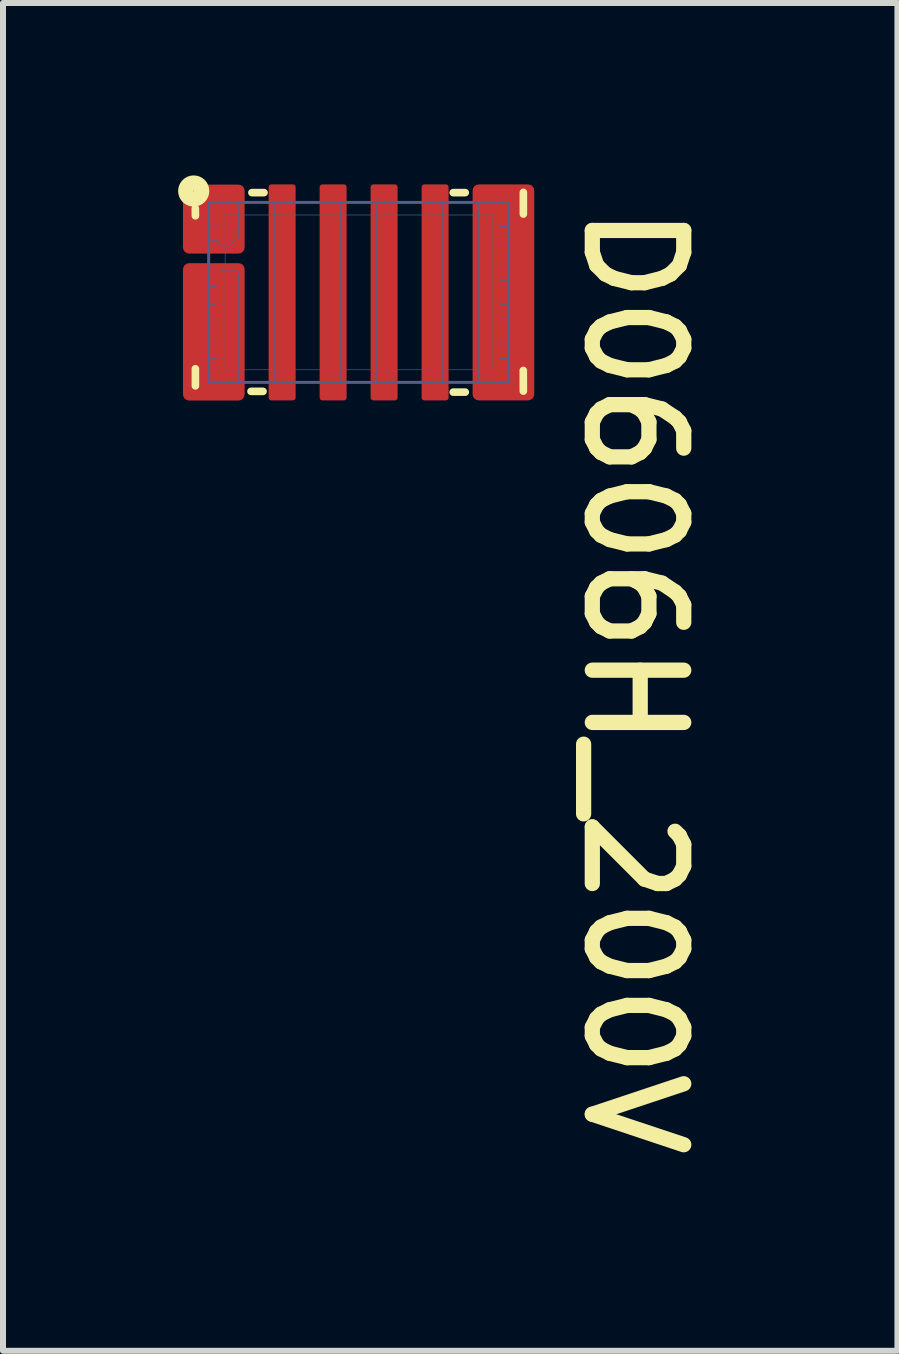
<source format=kicad_pcb>
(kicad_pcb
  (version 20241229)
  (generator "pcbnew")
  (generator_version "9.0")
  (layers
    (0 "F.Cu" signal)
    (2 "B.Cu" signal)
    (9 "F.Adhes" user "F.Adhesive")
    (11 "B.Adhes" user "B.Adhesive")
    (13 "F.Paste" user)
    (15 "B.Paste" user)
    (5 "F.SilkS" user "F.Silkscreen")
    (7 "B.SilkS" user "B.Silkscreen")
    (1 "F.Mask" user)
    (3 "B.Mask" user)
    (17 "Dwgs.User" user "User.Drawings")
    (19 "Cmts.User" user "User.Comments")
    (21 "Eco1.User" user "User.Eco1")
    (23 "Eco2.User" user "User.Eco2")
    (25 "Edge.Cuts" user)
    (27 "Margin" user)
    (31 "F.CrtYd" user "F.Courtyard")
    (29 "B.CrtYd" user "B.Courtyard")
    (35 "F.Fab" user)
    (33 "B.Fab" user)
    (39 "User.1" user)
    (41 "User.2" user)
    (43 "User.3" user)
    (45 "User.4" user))
  (footprint "D0606H_200V"
    (layer "F.Cu")
    (at 2.928 1.824)
    (property "Reference" "D0606H_200V" (at 3.696 -1.562 270) (unlocked yes) (layer "F.SilkS") (effects (font (size 1.524 1.524) (thickness 0.254)) (justify left bottom)))
    (attr smd)
    (fp_poly (pts (xy -2.657 -0.844) (xy -2.019 -0.844) (xy -2.019 -1.106) (xy -2.657 -1.106)) (stroke (width 0.087) (type solid)) (fill yes) (layer "F.Mask"))
    (fp_poly (pts (xy -2.657 -0.094) (xy -2.019 -0.094) (xy -2.019 -0.356) (xy -2.657 -0.356)) (stroke (width 0.087) (type solid)) (fill yes) (layer "F.Mask"))
    (fp_poly (pts (xy -2.657 0.456) (xy -2.019 0.456) (xy -2.019 0.194) (xy -2.657 0.194)) (stroke (width 0.087) (type solid)) (fill yes) (layer "F.Mask"))
    (fp_poly (pts (xy -2.657 1.106) (xy -2.019 1.106) (xy -2.019 0.844) (xy -2.657 0.844)) (stroke (width 0.087) (type solid)) (fill yes) (layer "F.Mask"))
    (fp_poly (pts (xy -2.025 -0.764) (xy -2.025 -1.649) (xy -2.325 -1.649) (xy -2.325 -0.764)) (stroke (width 0.1) (type solid)) (fill yes) (layer "F.Mask"))
    (fp_poly (pts (xy -2.025 1.65) (xy -2.025 -0.325) (xy -2.325 -0.325) (xy -2.325 1.65)) (stroke (width 0.1) (type solid)) (fill yes) (layer "F.Mask"))
    (fp_poly (pts (xy -1.163 1.663) (xy -1.163 -1.663) (xy -1.387 -1.663) (xy -1.387 1.663)) (stroke (width 0.075) (type solid)) (fill yes) (layer "F.Mask"))
    (fp_poly (pts (xy -0.312 1.663) (xy -0.312 -1.663) (xy -0.537 -1.663) (xy -0.537 1.663)) (stroke (width 0.075) (type solid)) (fill yes) (layer "F.Mask"))
    (fp_poly (pts (xy 0.537 1.663) (xy 0.537 -1.663) (xy 0.312 -1.663) (xy 0.312 1.663)) (stroke (width 0.075) (type solid)) (fill yes) (layer "F.Mask"))
    (fp_poly (pts (xy 1.387 1.663) (xy 1.387 -1.663) (xy 1.163 -1.663) (xy 1.163 1.663)) (stroke (width 0.075) (type solid)) (fill yes) (layer "F.Mask"))
    (fp_poly (pts (xy 2.325 1.65) (xy 2.325 -1.65) (xy 2.026 -1.65) (xy 2.026 1.65)) (stroke (width 0.1) (type solid)) (fill yes) (layer "F.Mask"))
    (fp_poly (pts (xy 2.654 -1.114) (xy 2.022 -1.114) (xy 2.022 -0.836) (xy 2.654 -0.836)) (stroke (width 0.092) (type solid)) (fill yes) (layer "F.Mask"))
    (fp_poly (pts (xy 2.654 -0.464) (xy 2.022 -0.464) (xy 2.022 -0.186) (xy 2.654 -0.186)) (stroke (width 0.092) (type solid)) (fill yes) (layer "F.Mask"))
    (fp_poly (pts (xy 2.654 0.186) (xy 2.022 0.186) (xy 2.022 0.464) (xy 2.654 0.464)) (stroke (width 0.092) (type solid)) (fill yes) (layer "F.Mask"))
    (fp_poly (pts (xy 2.654 0.836) (xy 2.022 0.836) (xy 2.022 1.114) (xy 2.654 1.114)) (stroke (width 0.092) (type solid)) (fill yes) (layer "F.Mask"))
    (fp_line (start -2.722 -1.399) (end -2.721 -1.277) (stroke (width 0.127) (type solid)) (layer "F.SilkS"))
    (fp_line (start -2.721 1.273) (end -2.721 1.558) (stroke (width 0.127) (type solid)) (layer "F.SilkS"))
    (fp_line (start -1.794 1.65) (end -1.593 1.65) (stroke (width 0.127) (type solid)) (layer "F.SilkS"))
    (fp_line (start -1.779 -1.663) (end -1.577 -1.663) (stroke (width 0.127) (type solid)) (layer "F.SilkS"))
    (fp_line (start 1.577 -1.663) (end 1.778 -1.663) (stroke (width 0.127) (type solid)) (layer "F.SilkS"))
    (fp_line (start 1.577 1.663) (end 1.778 1.663) (stroke (width 0.127) (type solid)) (layer "F.SilkS"))
    (fp_line (start 2.745 1.302) (end 2.746 1.646) (stroke (width 0.127) (type solid)) (layer "F.SilkS"))
    (fp_line (start 2.746 -1.667) (end 2.746 -1.306) (stroke (width 0.127) (type solid)) (layer "F.SilkS"))
    (fp_circle (center -2.749 -1.69) (end -2.743 -1.69) (stroke (width 0.254) (type solid)) (fill no) (layer "F.SilkS"))
    (fp_poly (pts (xy -2.691 -1.091) (xy -2.691 -0.859) (xy -2.553 -0.859) (xy -2.553 -1.091)) (stroke (width 0.138) (type solid)) (fill yes) (layer "F.Paste"))
    (fp_poly (pts (xy -2.691 -0.342) (xy -2.691 -0.109) (xy -2.553 -0.109) (xy -2.553 -0.342)) (stroke (width 0.138) (type solid)) (fill yes) (layer "F.Paste"))
    (fp_poly (pts (xy -2.691 0.208) (xy -2.691 0.441) (xy -2.553 0.441) (xy -2.553 0.208)) (stroke (width 0.138) (type solid)) (fill yes) (layer "F.Paste"))
    (fp_poly (pts (xy -2.691 0.858) (xy -2.691 1.091) (xy -2.553 1.091) (xy -2.553 0.858)) (stroke (width 0.138) (type solid)) (fill yes) (layer "F.Paste"))
    (fp_poly (pts (xy -2.223 -1.617) (xy -2.223 -0.807) (xy -2.058 -0.807) (xy -2.058 -1.617)) (stroke (width 0.165) (type solid)) (fill yes) (layer "F.Paste"))
    (fp_poly (pts (xy -2.223 -0.318) (xy -2.223 0.417) (xy -2.058 0.417) (xy -2.058 -0.318)) (stroke (width 0.165) (type solid)) (fill yes) (layer "F.Paste"))
    (fp_poly (pts (xy -2.223 0.782) (xy -2.223 1.617) (xy -2.058 1.617) (xy -2.058 0.782)) (stroke (width 0.165) (type solid)) (fill yes) (layer "F.Paste"))
    (fp_poly (pts (xy -1.225 -0.25) (xy -1.225 -1.65) (xy -1.325 -1.65) (xy -1.325 -0.25)) (stroke (width 0.1) (type solid)) (fill yes) (layer "F.Paste"))
    (fp_poly (pts (xy -1.225 1.65) (xy -1.225 0.25) (xy -1.325 0.25) (xy -1.325 1.65)) (stroke (width 0.1) (type solid)) (fill yes) (layer "F.Paste"))
    (fp_poly (pts (xy -0.375 -0.25) (xy -0.375 -1.65) (xy -0.475 -1.65) (xy -0.475 -0.25)) (stroke (width 0.1) (type solid)) (fill yes) (layer "F.Paste"))
    (fp_poly (pts (xy -0.375 1.65) (xy -0.375 0.25) (xy -0.475 0.25) (xy -0.475 1.65)) (stroke (width 0.1) (type solid)) (fill yes) (layer "F.Paste"))
    (fp_poly (pts (xy 0.475 -0.25) (xy 0.475 -1.65) (xy 0.375 -1.65) (xy 0.375 -0.25)) (stroke (width 0.1) (type solid)) (fill yes) (layer "F.Paste"))
    (fp_poly (pts (xy 0.475 1.65) (xy 0.475 0.25) (xy 0.375 0.25) (xy 0.375 1.65)) (stroke (width 0.1) (type solid)) (fill yes) (layer "F.Paste"))
    (fp_poly (pts (xy 1.325 -0.25) (xy 1.325 -1.65) (xy 1.225 -1.65) (xy 1.225 -0.25)) (stroke (width 0.1) (type solid)) (fill yes) (layer "F.Paste"))
    (fp_poly (pts (xy 1.325 1.65) (xy 1.325 0.25) (xy 1.225 0.25) (xy 1.225 1.65)) (stroke (width 0.1) (type solid)) (fill yes) (layer "F.Paste"))
    (fp_poly (pts (xy 2.223 -0.782) (xy 2.223 -1.617) (xy 2.058 -1.617) (xy 2.058 -0.782)) (stroke (width 0.165) (type solid)) (fill yes) (layer "F.Paste"))
    (fp_poly (pts (xy 2.223 0.417) (xy 2.223 -0.417) (xy 2.058 -0.417) (xy 2.058 0.417)) (stroke (width 0.165) (type solid)) (fill yes) (layer "F.Paste"))
    (fp_poly (pts (xy 2.223 1.617) (xy 2.223 0.782) (xy 2.058 0.782) (xy 2.058 1.617)) (stroke (width 0.165) (type solid)) (fill yes) (layer "F.Paste"))
    (fp_poly (pts (xy 2.691 -0.859) (xy 2.691 -1.091) (xy 2.553 -1.091) (xy 2.553 -0.859)) (stroke (width 0.138) (type solid)) (fill yes) (layer "F.Paste"))
    (fp_poly (pts (xy 2.691 -0.209) (xy 2.691 -0.441) (xy 2.553 -0.441) (xy 2.553 -0.209)) (stroke (width 0.138) (type solid)) (fill yes) (layer "F.Paste"))
    (fp_poly (pts (xy 2.691 0.441) (xy 2.691 0.209) (xy 2.553 0.209) (xy 2.553 0.441)) (stroke (width 0.138) (type solid)) (fill yes) (layer "F.Paste"))
    (fp_poly (pts (xy 2.691 1.091) (xy 2.691 0.859) (xy 2.553 0.859) (xy 2.553 1.091)) (stroke (width 0.138) (type solid)) (fill yes) (layer "F.Paste"))
    (fp_line (start -2.5 -1.5) (end -2.5 1.5) (stroke (width 0.05) (type solid)) (layer "B.Fab"))
    (fp_line (start -2.5 -1.5) (end 2.5 -1.5) (stroke (width 0.05) (type solid)) (layer "B.Fab"))
    (fp_line (start -2.5 -1.085) (end -2.5 -0.865) (stroke (width 0.013) (type solid)) (layer "B.Fab"))
    (fp_line (start -2.5 -1.085) (end -2.4 -1.085) (stroke (width 0.013) (type solid)) (layer "B.Fab"))
    (fp_line (start -2.5 -0.865) (end -2.349 -0.865) (stroke (width 0.013) (type solid)) (layer "B.Fab"))
    (fp_line (start -2.5 0.2) (end -2.5 0.45) (stroke (width 0.013) (type solid)) (layer "B.Fab"))
    (fp_line (start -2.5 0.2) (end -2.4 0.2) (stroke (width 0.013) (type solid)) (layer "B.Fab"))
    (fp_line (start -2.5 0.45) (end -2.4 0.45) (stroke (width 0.013) (type solid)) (layer "B.Fab"))
    (fp_line (start -2.5 0.85) (end -2.5 1.1) (stroke (width 0.013) (type solid)) (layer "B.Fab"))
    (fp_line (start -2.5 0.85) (end -2.4 0.85) (stroke (width 0.013) (type solid)) (layer "B.Fab"))
    (fp_line (start -2.5 1.1) (end -2.4 1.1) (stroke (width 0.013) (type solid)) (layer "B.Fab"))
    (fp_line (start -2.5 1.5) (end 2.5 1.5) (stroke (width 0.05) (type solid)) (layer "B.Fab"))
    (fp_line (start -2.5 -0.35) (end -2.5 -0.1) (stroke (width 0.013) (type solid)) (layer "B.Fab"))
    (fp_line (start -2.5 -0.35) (end -2.316 -0.35) (stroke (width 0.013) (type solid)) (layer "B.Fab"))
    (fp_line (start -2.5 -0.1) (end -2.4 -0.1) (stroke (width 0.013) (type solid)) (layer "B.Fab"))
    (fp_line (start -2.35 -1.5) (end -2.35 -1.135) (stroke (width 0.013) (type solid)) (layer "B.Fab"))
    (fp_line (start -2.35 -1.5) (end -2 -1.5) (stroke (width 0.013) (type solid)) (layer "B.Fab"))
    (fp_line (start -2.35 -0.05) (end -2.35 0.15) (stroke (width 0.013) (type solid)) (layer "B.Fab"))
    (fp_line (start -2.35 0.5) (end -2.35 0.8) (stroke (width 0.013) (type solid)) (layer "B.Fab"))
    (fp_line (start -2.35 1.15) (end -2.35 1.5) (stroke (width 0.013) (type solid)) (layer "B.Fab"))
    (fp_line (start -2.35 1.5) (end -2 1.5) (stroke (width 0.013) (type solid)) (layer "B.Fab"))
    (fp_line (start -2.325 -1.5) (end -2.025 -1.5) (stroke (width 0.013) (type solid)) (layer "B.Fab"))
    (fp_line (start -2.325 1.5) (end -2.025 1.5) (stroke (width 0.013) (type solid)) (layer "B.Fab"))
    (fp_line (start -2.325 1.5) (end -2.025 1.5) (stroke (width 0.013) (type solid)) (layer "B.Fab"))
    (fp_line (start -2.25 -0.775) (end -2.165 -0.775) (stroke (width 0.013) (type solid)) (layer "B.Fab"))
    (fp_line (start -2.25 -0.375) (end -2.1 -0.375) (stroke (width 0.013) (type solid)) (layer "B.Fab"))
    (fp_line (start -2.235 -0.375) (end -2.115 -0.375) (stroke (width 0.013) (type solid)) (layer "B.Fab"))
    (fp_line (start -2.225 -1.29) (end -2.225 1.29) (stroke (width 0.01) (type solid)) (layer "B.Fab"))
    (fp_line (start -2.225 -1.29) (end 2.225 -1.29) (stroke (width 0.01) (type solid)) (layer "B.Fab"))
    (fp_line (start -2.225 1.29) (end 2.225 1.29) (stroke (width 0.01) (type solid)) (layer "B.Fab"))
    (fp_line (start -2 -1.5) (end -2 -0.94) (stroke (width 0.013) (type solid)) (layer "B.Fab"))
    (fp_line (start -2 -0.94) (end -2.165 -0.775) (stroke (width 0.013) (type solid)) (layer "B.Fab"))
    (fp_line (start -2 -0.275) (end -2 1.5) (stroke (width 0.013) (type solid)) (layer "B.Fab"))
    (fp_line (start -1.4 -1.5) (end -1.4 1.5) (stroke (width 0.013) (type solid)) (layer "B.Fab"))
    (fp_line (start -1.4 -1.5) (end -1.15 -1.5) (stroke (width 0.013) (type solid)) (layer "B.Fab"))
    (fp_line (start -1.4 1.5) (end -1.15 1.5) (stroke (width 0.013) (type solid)) (layer "B.Fab"))
    (fp_line (start -1.15 -1.5) (end -1.15 1.5) (stroke (width 0.013) (type solid)) (layer "B.Fab"))
    (fp_line (start -0.55 -1.5) (end -0.55 1.5) (stroke (width 0.013) (type solid)) (layer "B.Fab"))
    (fp_line (start -0.55 -1.5) (end -0.3 -1.5) (stroke (width 0.013) (type solid)) (layer "B.Fab"))
    (fp_line (start -0.55 1.5) (end -0.3 1.5) (stroke (width 0.013) (type solid)) (layer "B.Fab"))
    (fp_line (start -0.3 -1.5) (end -0.3 1.5) (stroke (width 0.013) (type solid)) (layer "B.Fab"))
    (fp_line (start 0.3 -1.5) (end 0.3 1.5) (stroke (width 0.013) (type solid)) (layer "B.Fab"))
    (fp_line (start 0.3 -1.5) (end 0.55 -1.5) (stroke (width 0.013) (type solid)) (layer "B.Fab"))
    (fp_line (start 0.3 1.5) (end 0.55 1.5) (stroke (width 0.013) (type solid)) (layer "B.Fab"))
    (fp_line (start 0.55 -1.5) (end 0.55 1.5) (stroke (width 0.013) (type solid)) (layer "B.Fab"))
    (fp_line (start 1.15 -1.5) (end 1.15 1.5) (stroke (width 0.013) (type solid)) (layer "B.Fab"))
    (fp_line (start 1.15 -1.5) (end 1.4 -1.5) (stroke (width 0.013) (type solid)) (layer "B.Fab"))
    (fp_line (start 1.15 1.5) (end 1.4 1.5) (stroke (width 0.013) (type solid)) (layer "B.Fab"))
    (fp_line (start 1.4 -1.5) (end 1.4 1.5) (stroke (width 0.013) (type solid)) (layer "B.Fab"))
    (fp_line (start 2 -1.5) (end 2 1.5) (stroke (width 0.013) (type solid)) (layer "B.Fab"))
    (fp_line (start 2 -1.5) (end 2.35 -1.5) (stroke (width 0.013) (type solid)) (layer "B.Fab"))
    (fp_line (start 2 1.5) (end 2.35 1.5) (stroke (width 0.013) (type solid)) (layer "B.Fab"))
    (fp_line (start 2.225 -1.29) (end 2.225 1.29) (stroke (width 0.01) (type solid)) (layer "B.Fab"))
    (fp_line (start 2.35 -1.5) (end 2.35 -1.135) (stroke (width 0.013) (type solid)) (layer "B.Fab"))
    (fp_line (start 2.35 -0.815) (end 2.35 -0.485) (stroke (width 0.013) (type solid)) (layer "B.Fab"))
    (fp_line (start 2.35 -0.165) (end 2.35 0.165) (stroke (width 0.013) (type solid)) (layer "B.Fab"))
    (fp_line (start 2.35 0.485) (end 2.35 0.815) (stroke (width 0.013) (type solid)) (layer "B.Fab"))
    (fp_line (start 2.35 1.135) (end 2.35 1.5) (stroke (width 0.013) (type solid)) (layer "B.Fab"))
    (fp_line (start 2.385 -1.1) (end 2.5 -1.1) (stroke (width 0.013) (type solid)) (layer "B.Fab"))
    (fp_line (start 2.385 -0.85) (end 2.5 -0.85) (stroke (width 0.013) (type solid)) (layer "B.Fab"))
    (fp_line (start 2.385 -0.45) (end 2.5 -0.45) (stroke (width 0.013) (type solid)) (layer "B.Fab"))
    (fp_line (start 2.385 -0.2) (end 2.5 -0.2) (stroke (width 0.013) (type solid)) (layer "B.Fab"))
    (fp_line (start 2.385 0.2) (end 2.5 0.2) (stroke (width 0.013) (type solid)) (layer "B.Fab"))
    (fp_line (start 2.385 0.45) (end 2.5 0.45) (stroke (width 0.013) (type solid)) (layer "B.Fab"))
    (fp_line (start 2.385 0.85) (end 2.5 0.85) (stroke (width 0.013) (type solid)) (layer "B.Fab"))
    (fp_line (start 2.385 1.1) (end 2.5 1.1) (stroke (width 0.013) (type solid)) (layer "B.Fab"))
    (fp_line (start 2.5 -1.5) (end 2.5 1.5) (stroke (width 0.05) (type solid)) (layer "B.Fab"))
    (fp_line (start 2.5 -1.1) (end 2.5 -0.85) (stroke (width 0.013) (type solid)) (layer "B.Fab"))
    (fp_line (start 2.5 -0.45) (end 2.5 -0.2) (stroke (width 0.013) (type solid)) (layer "B.Fab"))
    (fp_line (start 2.5 0.2) (end 2.5 0.45) (stroke (width 0.013) (type solid)) (layer "B.Fab"))
    (fp_line (start 2.5 0.85) (end 2.5 1.1) (stroke (width 0.013) (type solid)) (layer "B.Fab"))
    (fp_arc (start -2.4 -0.1) (mid -2.364645 -0.085355) (end -2.35 -0.05) (stroke (width 0.0127) (type solid)) (layer "B.Fab"))
    (fp_arc (start -2.4 0.45) (mid -2.364645 0.464645) (end -2.35 0.5) (stroke (width 0.0127) (type solid)) (layer "B.Fab"))
    (fp_arc (start -2.4 1.1) (mid -2.364645 1.114645) (end -2.35 1.15) (stroke (width 0.0127) (type solid)) (layer "B.Fab"))
    (fp_arc (start -2.35 -1.135) (mid -2.364645 -1.099645) (end -2.4 -1.085) (stroke (width 0.0127) (type solid)) (layer "B.Fab"))
    (fp_arc (start -2.35 0.15) (mid -2.364645 0.185355) (end -2.4 0.2) (stroke (width 0.0127) (type solid)) (layer "B.Fab"))
    (fp_arc (start -2.35 0.8) (mid -2.364645 0.835355) (end -2.4 0.85) (stroke (width 0.0127) (type solid)) (layer "B.Fab"))
    (fp_arc (start -2.316145 -0.349999) (mid -2.285357 -0.368541) (end -2.250002 -0.375) (stroke (width 0.0127) (type solid)) (layer "B.Fab"))
    (fp_arc (start -2.250001 -0.775) (mid -2.317083 -0.800839) (end -2.349499 -0.865001) (stroke (width 0.0127) (type solid)) (layer "B.Fab"))
    (fp_arc (start -2.1 -0.375) (mid -2.029289 -0.345711) (end -2 -0.275) (stroke (width 0.0127) (type solid)) (layer "B.Fab"))
    (fp_arc (start 2.35 -0.814999) (mid 2.360251 -0.839748) (end 2.384999 -0.85) (stroke (width 0.0127) (type solid)) (layer "B.Fab"))
    (fp_arc (start 2.35 -0.165) (mid 2.360251 -0.189749) (end 2.385 -0.2) (stroke (width 0.0127) (type solid)) (layer "B.Fab"))
    (fp_arc (start 2.35 0.485001) (mid 2.360251 0.460252) (end 2.384999 0.45) (stroke (width 0.0127) (type solid)) (layer "B.Fab"))
    (fp_arc (start 2.35 1.135) (mid 2.360251 1.110251) (end 2.385 1.1) (stroke (width 0.0127) (type solid)) (layer "B.Fab"))
    (fp_arc (start 2.384999 -0.45) (mid 2.360251 -0.460252) (end 2.35 -0.485001) (stroke (width 0.0127) (type solid)) (layer "B.Fab"))
    (fp_arc (start 2.384999 0.85) (mid 2.360251 0.839748) (end 2.35 0.814999) (stroke (width 0.0127) (type solid)) (layer "B.Fab"))
    (fp_arc (start 2.385 -1.1) (mid 2.360251 -1.110251) (end 2.35 -1.135) (stroke (width 0.0127) (type solid)) (layer "B.Fab"))
    (fp_arc (start 2.385 0.2) (mid 2.360251 0.189749) (end 2.35 0.165) (stroke (width 0.0127) (type solid)) (layer "B.Fab"))
    (pad "1" smd roundrect (at -2.414 -1.222) (size 1.028 1.15) (layers "F.Cu" "F.Mask" "F.Paste") (roundrect_rratio 0.1))
    (pad "2" smd roundrect (at -2.414 0.658) (size 1.028 2.29) (layers "F.Cu" "F.Mask" "F.Paste") (roundrect_rratio 0.1))
    (pad "3" smd roundrect (at -1.275 0) (size 0.45 3.6) (layers "F.Cu" "F.Mask" "F.Paste") (roundrect_rratio 0.1))
    (pad "4" smd roundrect (at -0.425 0) (size 0.45 3.6) (layers "F.Cu" "F.Mask" "F.Paste") (roundrect_rratio 0.1))
    (pad "5" smd roundrect (at 0.425 0) (size 0.45 3.6) (layers "F.Cu" "F.Mask" "F.Paste") (roundrect_rratio 0.1))
    (pad "6" smd roundrect (at 1.275 0) (size 0.45 3.6) (layers "F.Cu" "F.Mask" "F.Paste") (roundrect_rratio 0.1))
    (pad "7" smd roundrect (at 2.414 0) (size 1.028 3.6) (layers "F.Cu" "F.Mask" "F.Paste") (roundrect_rratio 0.1)))
  (gr_rect
    (start -3 -3)
    (end 11.91 19.467)
    (stroke (width 0.1) (type default))
    (fill no)
    (layer "Edge.Cuts")))
</source>
